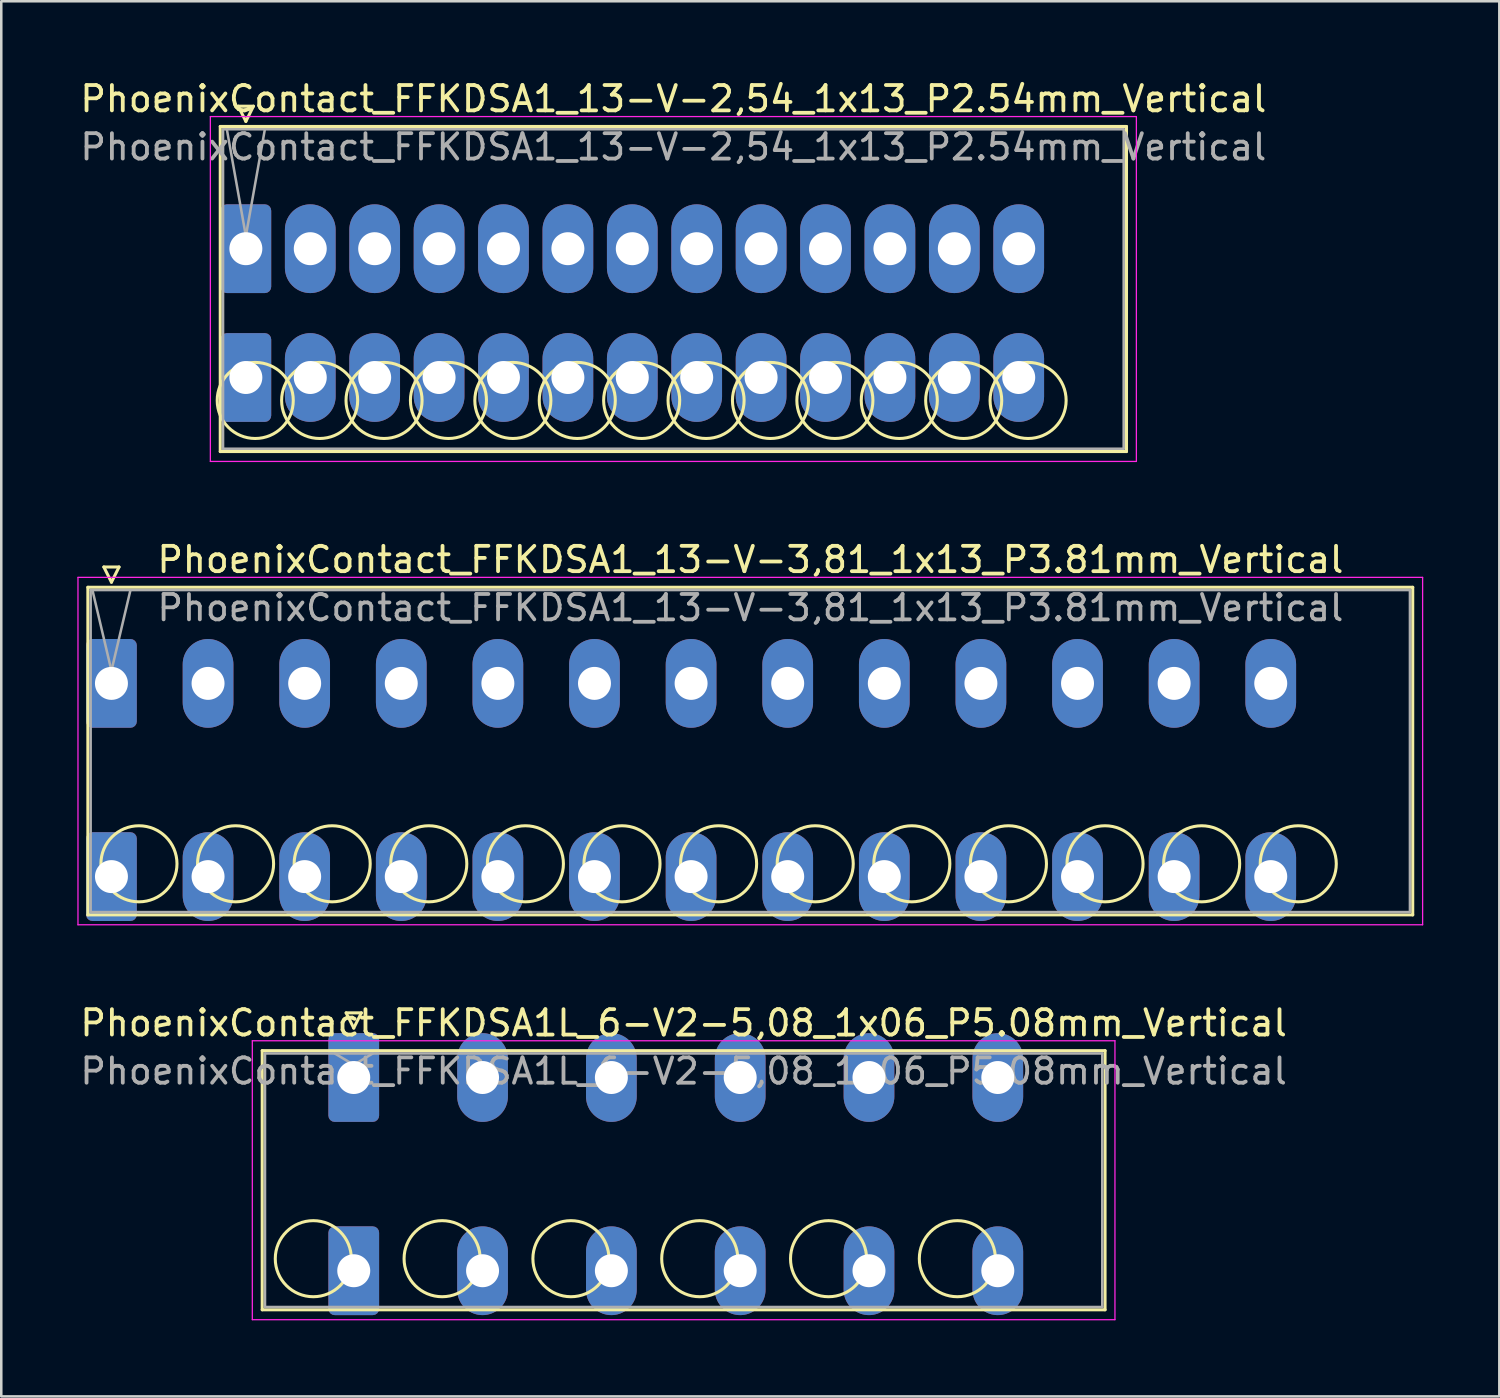
<source format=kicad_pcb>
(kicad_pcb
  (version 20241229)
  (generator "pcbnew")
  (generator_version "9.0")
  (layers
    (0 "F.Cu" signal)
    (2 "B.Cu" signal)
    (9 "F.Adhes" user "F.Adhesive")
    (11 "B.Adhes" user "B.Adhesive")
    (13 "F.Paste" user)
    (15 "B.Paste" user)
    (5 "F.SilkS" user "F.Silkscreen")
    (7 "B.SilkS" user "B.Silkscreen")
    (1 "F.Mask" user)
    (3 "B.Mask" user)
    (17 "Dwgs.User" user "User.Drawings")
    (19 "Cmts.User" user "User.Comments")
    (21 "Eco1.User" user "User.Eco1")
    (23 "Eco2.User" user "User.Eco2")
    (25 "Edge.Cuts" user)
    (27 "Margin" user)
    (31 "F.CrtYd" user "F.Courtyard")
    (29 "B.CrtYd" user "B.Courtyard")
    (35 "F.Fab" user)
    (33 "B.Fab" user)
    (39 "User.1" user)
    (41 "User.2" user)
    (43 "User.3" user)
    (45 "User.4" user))
  (footprint "PhoenixContact_FFKDSA1_13-V-3,81_1x13_P3.81mm_Vertical"
    (layer "F.Cu")
    (at 1.345 23.901)
    (property "Reference" "PhoenixContact_FFKDSA1_13-V-3,81_1x13_P3.81mm_Vertical" (at 25.2 -4.88 0) (layer "F.SilkS") (effects (font (size 1 1) (thickness 0.15))))
    (attr through_hole)
    (fp_line (start -0.93 -3.79) (end -0.93 9.13) (stroke (width 0.12) (type solid)) (layer "F.SilkS"))
    (fp_line (start -0.93 9.13) (end 51.32 9.13) (stroke (width 0.12) (type solid)) (layer "F.SilkS"))
    (fp_line (start -0.3 -4.59) (end 0.3 -4.59) (stroke (width 0.12) (type solid)) (layer "F.SilkS"))
    (fp_line (start 0 -3.99) (end -0.3 -4.59) (stroke (width 0.12) (type solid)) (layer "F.SilkS"))
    (fp_line (start 0.3 -4.59) (end 0 -3.99) (stroke (width 0.12) (type solid)) (layer "F.SilkS"))
    (fp_line (start 51.32 -3.79) (end -0.93 -3.79) (stroke (width 0.12) (type solid)) (layer "F.SilkS"))
    (fp_line (start 51.32 9.13) (end 51.32 -3.79) (stroke (width 0.12) (type solid)) (layer "F.SilkS"))
    (fp_circle (center 1.085 7.115) (end 2.585 7.115) (stroke (width 0.12) (type solid)) (fill no) (layer "F.SilkS"))
    (fp_circle (center 4.895 7.115) (end 6.395 7.115) (stroke (width 0.12) (type solid)) (fill no) (layer "F.SilkS"))
    (fp_circle (center 8.705 7.115) (end 10.205 7.115) (stroke (width 0.12) (type solid)) (fill no) (layer "F.SilkS"))
    (fp_circle (center 12.515 7.115) (end 14.015 7.115) (stroke (width 0.12) (type solid)) (fill no) (layer "F.SilkS"))
    (fp_circle (center 16.325 7.115) (end 17.825 7.115) (stroke (width 0.12) (type solid)) (fill no) (layer "F.SilkS"))
    (fp_circle (center 20.135 7.115) (end 21.635 7.115) (stroke (width 0.12) (type solid)) (fill no) (layer "F.SilkS"))
    (fp_circle (center 23.945 7.115) (end 25.445 7.115) (stroke (width 0.12) (type solid)) (fill no) (layer "F.SilkS"))
    (fp_circle (center 27.755 7.115) (end 29.255 7.115) (stroke (width 0.12) (type solid)) (fill no) (layer "F.SilkS"))
    (fp_circle (center 31.565 7.115) (end 33.065 7.115) (stroke (width 0.12) (type solid)) (fill no) (layer "F.SilkS"))
    (fp_circle (center 35.375 7.115) (end 36.875 7.115) (stroke (width 0.12) (type solid)) (fill no) (layer "F.SilkS"))
    (fp_circle (center 39.185 7.115) (end 40.685 7.115) (stroke (width 0.12) (type solid)) (fill no) (layer "F.SilkS"))
    (fp_circle (center 42.995 7.115) (end 44.495 7.115) (stroke (width 0.12) (type solid)) (fill no) (layer "F.SilkS"))
    (fp_circle (center 46.805 7.115) (end 48.305 7.115) (stroke (width 0.12) (type solid)) (fill no) (layer "F.SilkS"))
    (fp_line (start -1.32 -4.18) (end -1.32 9.52) (stroke (width 0.05) (type solid)) (layer "F.CrtYd"))
    (fp_line (start -1.32 9.52) (end 51.71 9.52) (stroke (width 0.05) (type solid)) (layer "F.CrtYd"))
    (fp_line (start 51.71 -4.18) (end -1.32 -4.18) (stroke (width 0.05) (type solid)) (layer "F.CrtYd"))
    (fp_line (start 51.71 9.52) (end 51.71 -4.18) (stroke (width 0.05) (type solid)) (layer "F.CrtYd"))
    (fp_line (start -0.82 -3.68) (end -0.82 9.02) (stroke (width 0.1) (type solid)) (layer "F.Fab"))
    (fp_line (start -0.82 9.02) (end 51.21 9.02) (stroke (width 0.1) (type solid)) (layer "F.Fab"))
    (fp_line (start 0 -0.5) (end -0.75 -3.68) (stroke (width 0.1) (type solid)) (layer "F.Fab"))
    (fp_line (start 0.75 -3.68) (end 0 -0.5) (stroke (width 0.1) (type solid)) (layer "F.Fab"))
    (fp_line (start 51.21 -3.68) (end -0.82 -3.68) (stroke (width 0.1) (type solid)) (layer "F.Fab"))
    (fp_line (start 51.21 9.02) (end 51.21 -3.68) (stroke (width 0.1) (type solid)) (layer "F.Fab"))
    (fp_text user "${REFERENCE}" (at 25.2 -2.98 0) (layer "F.Fab") (effects (font (size 1 1) (thickness 0.15))))
    (pad "1" thru_hole roundrect (at 0 0) (size 2 3.5) (drill 1.3) (layers "*.Cu" "*.Mask") (roundrect_rratio 0.125))
    (pad "1" thru_hole roundrect (at 0 7.62) (size 2 3.5) (drill 1.3) (layers "*.Cu" "*.Mask") (roundrect_rratio 0.125))
    (pad "2" thru_hole oval (at 3.81 0) (size 2 3.5) (drill 1.3) (layers "*.Cu" "*.Mask"))
    (pad "2" thru_hole oval (at 3.81 7.62) (size 2 3.5) (drill 1.3) (layers "*.Cu" "*.Mask"))
    (pad "3" thru_hole oval (at 7.62 0) (size 2 3.5) (drill 1.3) (layers "*.Cu" "*.Mask"))
    (pad "3" thru_hole oval (at 7.62 7.62) (size 2 3.5) (drill 1.3) (layers "*.Cu" "*.Mask"))
    (pad "4" thru_hole oval (at 11.43 0) (size 2 3.5) (drill 1.3) (layers "*.Cu" "*.Mask"))
    (pad "4" thru_hole oval (at 11.43 7.62) (size 2 3.5) (drill 1.3) (layers "*.Cu" "*.Mask"))
    (pad "5" thru_hole oval (at 15.24 0) (size 2 3.5) (drill 1.3) (layers "*.Cu" "*.Mask"))
    (pad "5" thru_hole oval (at 15.24 7.62) (size 2 3.5) (drill 1.3) (layers "*.Cu" "*.Mask"))
    (pad "6" thru_hole oval (at 19.05 0) (size 2 3.5) (drill 1.3) (layers "*.Cu" "*.Mask"))
    (pad "6" thru_hole oval (at 19.05 7.62) (size 2 3.5) (drill 1.3) (layers "*.Cu" "*.Mask"))
    (pad "7" thru_hole oval (at 22.86 0) (size 2 3.5) (drill 1.3) (layers "*.Cu" "*.Mask"))
    (pad "7" thru_hole oval (at 22.86 7.62) (size 2 3.5) (drill 1.3) (layers "*.Cu" "*.Mask"))
    (pad "8" thru_hole oval (at 26.67 0) (size 2 3.5) (drill 1.3) (layers "*.Cu" "*.Mask"))
    (pad "8" thru_hole oval (at 26.67 7.62) (size 2 3.5) (drill 1.3) (layers "*.Cu" "*.Mask"))
    (pad "9" thru_hole oval (at 30.48 0) (size 2 3.5) (drill 1.3) (layers "*.Cu" "*.Mask"))
    (pad "9" thru_hole oval (at 30.48 7.62) (size 2 3.5) (drill 1.3) (layers "*.Cu" "*.Mask"))
    (pad "10" thru_hole oval (at 34.29 0) (size 2 3.5) (drill 1.3) (layers "*.Cu" "*.Mask"))
    (pad "10" thru_hole oval (at 34.29 7.62) (size 2 3.5) (drill 1.3) (layers "*.Cu" "*.Mask"))
    (pad "11" thru_hole oval (at 38.1 0) (size 2 3.5) (drill 1.3) (layers "*.Cu" "*.Mask"))
    (pad "11" thru_hole oval (at 38.1 7.62) (size 2 3.5) (drill 1.3) (layers "*.Cu" "*.Mask"))
    (pad "12" thru_hole oval (at 41.91 0) (size 2 3.5) (drill 1.3) (layers "*.Cu" "*.Mask"))
    (pad "12" thru_hole oval (at 41.91 7.62) (size 2 3.5) (drill 1.3) (layers "*.Cu" "*.Mask"))
    (pad "13" thru_hole oval (at 45.72 0) (size 2 3.5) (drill 1.3) (layers "*.Cu" "*.Mask"))
    (pad "13" thru_hole oval (at 45.72 7.62) (size 2 3.5) (drill 1.3) (layers "*.Cu" "*.Mask")))
  (footprint "PhoenixContact_FFKDSA1L_6-V2-5,08_1x06_P5.08mm_Vertical"
    (layer "F.Cu")
    (at 10.901 39.445)
    (property "Reference" "PhoenixContact_FFKDSA1L_6-V2-5,08_1x06_P5.08mm_Vertical" (at 13.01 -2.15 0) (layer "F.SilkS") (effects (font (size 1 1) (thickness 0.15))))
    (attr through_hole)
    (fp_line (start -3.61 -1.06) (end -3.61 9.16) (stroke (width 0.12) (type solid)) (layer "F.SilkS"))
    (fp_line (start -3.61 9.16) (end 29.63 9.16) (stroke (width 0.12) (type solid)) (layer "F.SilkS"))
    (fp_line (start -0.3 -2.55) (end 0.3 -2.55) (stroke (width 0.12) (type solid)) (layer "F.SilkS"))
    (fp_line (start 0 -1.95) (end -0.3 -2.55) (stroke (width 0.12) (type solid)) (layer "F.SilkS"))
    (fp_line (start 0.3 -2.55) (end 0 -1.95) (stroke (width 0.12) (type solid)) (layer "F.SilkS"))
    (fp_line (start 29.63 -1.06) (end -3.61 -1.06) (stroke (width 0.12) (type solid)) (layer "F.SilkS"))
    (fp_line (start 29.63 9.16) (end 29.63 -1.06) (stroke (width 0.12) (type solid)) (layer "F.SilkS"))
    (fp_circle (center -1.595 7.145) (end -0.095 7.145) (stroke (width 0.12) (type solid)) (fill no) (layer "F.SilkS"))
    (fp_circle (center 3.485 7.145) (end 4.985 7.145) (stroke (width 0.12) (type solid)) (fill no) (layer "F.SilkS"))
    (fp_circle (center 8.565 7.145) (end 10.065 7.145) (stroke (width 0.12) (type solid)) (fill no) (layer "F.SilkS"))
    (fp_circle (center 13.645 7.145) (end 15.145 7.145) (stroke (width 0.12) (type solid)) (fill no) (layer "F.SilkS"))
    (fp_circle (center 18.725 7.145) (end 20.225 7.145) (stroke (width 0.12) (type solid)) (fill no) (layer "F.SilkS"))
    (fp_circle (center 23.805 7.145) (end 25.305 7.145) (stroke (width 0.12) (type solid)) (fill no) (layer "F.SilkS"))
    (fp_line (start -4 -1.45) (end -4 9.55) (stroke (width 0.05) (type solid)) (layer "F.CrtYd"))
    (fp_line (start -4 9.55) (end 30.02 9.55) (stroke (width 0.05) (type solid)) (layer "F.CrtYd"))
    (fp_line (start 30.02 -1.45) (end -4 -1.45) (stroke (width 0.05) (type solid)) (layer "F.CrtYd"))
    (fp_line (start 30.02 9.55) (end 30.02 -1.45) (stroke (width 0.05) (type solid)) (layer "F.CrtYd"))
    (fp_line (start -3.5 -0.95) (end -3.5 9.05) (stroke (width 0.1) (type solid)) (layer "F.Fab"))
    (fp_line (start -3.5 9.05) (end 29.52 9.05) (stroke (width 0.1) (type solid)) (layer "F.Fab"))
    (fp_line (start 0 -0.5) (end -0.75 -0.95) (stroke (width 0.1) (type solid)) (layer "F.Fab"))
    (fp_line (start 0.75 -0.95) (end 0 -0.5) (stroke (width 0.1) (type solid)) (layer "F.Fab"))
    (fp_line (start 29.52 -0.95) (end -3.5 -0.95) (stroke (width 0.1) (type solid)) (layer "F.Fab"))
    (fp_line (start 29.52 9.05) (end 29.52 -0.95) (stroke (width 0.1) (type solid)) (layer "F.Fab"))
    (fp_text user "${REFERENCE}" (at 13.01 -0.25 0) (layer "F.Fab") (effects (font (size 1 1) (thickness 0.15))))
    (pad "1" thru_hole roundrect (at 0 0) (size 2 3.5) (drill 1.3) (layers "*.Cu" "*.Mask") (roundrect_rratio 0.125))
    (pad "1" thru_hole roundrect (at 0 7.62) (size 2 3.5) (drill 1.3) (layers "*.Cu" "*.Mask") (roundrect_rratio 0.125))
    (pad "2" thru_hole oval (at 5.08 0) (size 2 3.5) (drill 1.3) (layers "*.Cu" "*.Mask"))
    (pad "2" thru_hole oval (at 5.08 7.62) (size 2 3.5) (drill 1.3) (layers "*.Cu" "*.Mask"))
    (pad "3" thru_hole oval (at 10.16 0) (size 2 3.5) (drill 1.3) (layers "*.Cu" "*.Mask"))
    (pad "3" thru_hole oval (at 10.16 7.62) (size 2 3.5) (drill 1.3) (layers "*.Cu" "*.Mask"))
    (pad "4" thru_hole oval (at 15.24 0) (size 2 3.5) (drill 1.3) (layers "*.Cu" "*.Mask"))
    (pad "4" thru_hole oval (at 15.24 7.62) (size 2 3.5) (drill 1.3) (layers "*.Cu" "*.Mask"))
    (pad "5" thru_hole oval (at 20.32 0) (size 2 3.5) (drill 1.3) (layers "*.Cu" "*.Mask"))
    (pad "5" thru_hole oval (at 20.32 7.62) (size 2 3.5) (drill 1.3) (layers "*.Cu" "*.Mask"))
    (pad "6" thru_hole oval (at 25.4 0) (size 2 3.5) (drill 1.3) (layers "*.Cu" "*.Mask"))
    (pad "6" thru_hole oval (at 25.4 7.62) (size 2 3.5) (drill 1.3) (layers "*.Cu" "*.Mask")))
  (footprint "PhoenixContact_FFKDSA1_13-V-2,54_1x13_P2.54mm_Vertical"
    (layer "F.Cu")
    (at 6.646 6.758)
    (property "Reference" "PhoenixContact_FFKDSA1_13-V-2,54_1x13_P2.54mm_Vertical" (at 16.86 -5.91 0) (layer "F.SilkS") (effects (font (size 1 1) (thickness 0.15))))
    (attr through_hole)
    (fp_line (start -1.01 -4.82) (end -1.01 8) (stroke (width 0.12) (type solid)) (layer "F.SilkS"))
    (fp_line (start -1.01 8) (end 34.73 8) (stroke (width 0.12) (type solid)) (layer "F.SilkS"))
    (fp_line (start -0.3 -5.62) (end 0.3 -5.62) (stroke (width 0.12) (type solid)) (layer "F.SilkS"))
    (fp_line (start 0 -5.02) (end -0.3 -5.62) (stroke (width 0.12) (type solid)) (layer "F.SilkS"))
    (fp_line (start 0.3 -5.62) (end 0 -5.02) (stroke (width 0.12) (type solid)) (layer "F.SilkS"))
    (fp_line (start 34.73 -4.82) (end -1.01 -4.82) (stroke (width 0.12) (type solid)) (layer "F.SilkS"))
    (fp_line (start 34.73 8) (end 34.73 -4.82) (stroke (width 0.12) (type solid)) (layer "F.SilkS"))
    (fp_circle (center 0.37 5.985) (end 1.87 5.985) (stroke (width 0.12) (type solid)) (fill no) (layer "F.SilkS"))
    (fp_circle (center 2.91 5.985) (end 4.41 5.985) (stroke (width 0.12) (type solid)) (fill no) (layer "F.SilkS"))
    (fp_circle (center 5.45 5.985) (end 6.95 5.985) (stroke (width 0.12) (type solid)) (fill no) (layer "F.SilkS"))
    (fp_circle (center 7.99 5.985) (end 9.49 5.985) (stroke (width 0.12) (type solid)) (fill no) (layer "F.SilkS"))
    (fp_circle (center 10.53 5.985) (end 12.03 5.985) (stroke (width 0.12) (type solid)) (fill no) (layer "F.SilkS"))
    (fp_circle (center 13.07 5.985) (end 14.57 5.985) (stroke (width 0.12) (type solid)) (fill no) (layer "F.SilkS"))
    (fp_circle (center 15.61 5.985) (end 17.11 5.985) (stroke (width 0.12) (type solid)) (fill no) (layer "F.SilkS"))
    (fp_circle (center 18.15 5.985) (end 19.65 5.985) (stroke (width 0.12) (type solid)) (fill no) (layer "F.SilkS"))
    (fp_circle (center 20.69 5.985) (end 22.19 5.985) (stroke (width 0.12) (type solid)) (fill no) (layer "F.SilkS"))
    (fp_circle (center 23.23 5.985) (end 24.73 5.985) (stroke (width 0.12) (type solid)) (fill no) (layer "F.SilkS"))
    (fp_circle (center 25.77 5.985) (end 27.27 5.985) (stroke (width 0.12) (type solid)) (fill no) (layer "F.SilkS"))
    (fp_circle (center 28.31 5.985) (end 29.81 5.985) (stroke (width 0.12) (type solid)) (fill no) (layer "F.SilkS"))
    (fp_circle (center 30.85 5.985) (end 32.35 5.985) (stroke (width 0.12) (type solid)) (fill no) (layer "F.SilkS"))
    (fp_line (start -1.4 -5.21) (end -1.4 8.39) (stroke (width 0.05) (type solid)) (layer "F.CrtYd"))
    (fp_line (start -1.4 8.39) (end 35.12 8.39) (stroke (width 0.05) (type solid)) (layer "F.CrtYd"))
    (fp_line (start 35.12 -5.21) (end -1.4 -5.21) (stroke (width 0.05) (type solid)) (layer "F.CrtYd"))
    (fp_line (start 35.12 8.39) (end 35.12 -5.21) (stroke (width 0.05) (type solid)) (layer "F.CrtYd"))
    (fp_line (start -0.9 -4.71) (end -0.9 7.89) (stroke (width 0.1) (type solid)) (layer "F.Fab"))
    (fp_line (start -0.9 7.89) (end 34.62 7.89) (stroke (width 0.1) (type solid)) (layer "F.Fab"))
    (fp_line (start 0 -0.5) (end -0.75 -4.71) (stroke (width 0.1) (type solid)) (layer "F.Fab"))
    (fp_line (start 0.75 -4.71) (end 0 -0.5) (stroke (width 0.1) (type solid)) (layer "F.Fab"))
    (fp_line (start 34.62 -4.71) (end -0.9 -4.71) (stroke (width 0.1) (type solid)) (layer "F.Fab"))
    (fp_line (start 34.62 7.89) (end 34.62 -4.71) (stroke (width 0.1) (type solid)) (layer "F.Fab"))
    (fp_text user "${REFERENCE}" (at 16.86 -4.01 0) (layer "F.Fab") (effects (font (size 1 1) (thickness 0.15))))
    (pad "1" thru_hole roundrect (at 0 0) (size 2 3.5) (drill 1.3) (layers "*.Cu" "*.Mask") (roundrect_rratio 0.125))
    (pad "1" thru_hole roundrect (at 0 5.08) (size 2 3.5) (drill 1.3) (layers "*.Cu" "*.Mask") (roundrect_rratio 0.125))
    (pad "2" thru_hole oval (at 2.54 0) (size 2 3.5) (drill 1.3) (layers "*.Cu" "*.Mask"))
    (pad "2" thru_hole oval (at 2.54 5.08) (size 2 3.5) (drill 1.3) (layers "*.Cu" "*.Mask"))
    (pad "3" thru_hole oval (at 5.08 0) (size 2 3.5) (drill 1.3) (layers "*.Cu" "*.Mask"))
    (pad "3" thru_hole oval (at 5.08 5.08) (size 2 3.5) (drill 1.3) (layers "*.Cu" "*.Mask"))
    (pad "4" thru_hole oval (at 7.62 0) (size 2 3.5) (drill 1.3) (layers "*.Cu" "*.Mask"))
    (pad "4" thru_hole oval (at 7.62 5.08) (size 2 3.5) (drill 1.3) (layers "*.Cu" "*.Mask"))
    (pad "5" thru_hole oval (at 10.16 0) (size 2 3.5) (drill 1.3) (layers "*.Cu" "*.Mask"))
    (pad "5" thru_hole oval (at 10.16 5.08) (size 2 3.5) (drill 1.3) (layers "*.Cu" "*.Mask"))
    (pad "6" thru_hole oval (at 12.7 0) (size 2 3.5) (drill 1.3) (layers "*.Cu" "*.Mask"))
    (pad "6" thru_hole oval (at 12.7 5.08) (size 2 3.5) (drill 1.3) (layers "*.Cu" "*.Mask"))
    (pad "7" thru_hole oval (at 15.24 0) (size 2 3.5) (drill 1.3) (layers "*.Cu" "*.Mask"))
    (pad "7" thru_hole oval (at 15.24 5.08) (size 2 3.5) (drill 1.3) (layers "*.Cu" "*.Mask"))
    (pad "8" thru_hole oval (at 17.78 0) (size 2 3.5) (drill 1.3) (layers "*.Cu" "*.Mask"))
    (pad "8" thru_hole oval (at 17.78 5.08) (size 2 3.5) (drill 1.3) (layers "*.Cu" "*.Mask"))
    (pad "9" thru_hole oval (at 20.32 0) (size 2 3.5) (drill 1.3) (layers "*.Cu" "*.Mask"))
    (pad "9" thru_hole oval (at 20.32 5.08) (size 2 3.5) (drill 1.3) (layers "*.Cu" "*.Mask"))
    (pad "10" thru_hole oval (at 22.86 0) (size 2 3.5) (drill 1.3) (layers "*.Cu" "*.Mask"))
    (pad "10" thru_hole oval (at 22.86 5.08) (size 2 3.5) (drill 1.3) (layers "*.Cu" "*.Mask"))
    (pad "11" thru_hole oval (at 25.4 0) (size 2 3.5) (drill 1.3) (layers "*.Cu" "*.Mask"))
    (pad "11" thru_hole oval (at 25.4 5.08) (size 2 3.5) (drill 1.3) (layers "*.Cu" "*.Mask"))
    (pad "12" thru_hole oval (at 27.94 0) (size 2 3.5) (drill 1.3) (layers "*.Cu" "*.Mask"))
    (pad "12" thru_hole oval (at 27.94 5.08) (size 2 3.5) (drill 1.3) (layers "*.Cu" "*.Mask"))
    (pad "13" thru_hole oval (at 30.48 0) (size 2 3.5) (drill 1.3) (layers "*.Cu" "*.Mask"))
    (pad "13" thru_hole oval (at 30.48 5.08) (size 2 3.5) (drill 1.3) (layers "*.Cu" "*.Mask")))
  (gr_rect
    (start -3 -3)
    (end 56.08 52.02)
    (stroke (width 0.1) (type default))
    (fill no)
    (layer "Edge.Cuts")))
</source>
